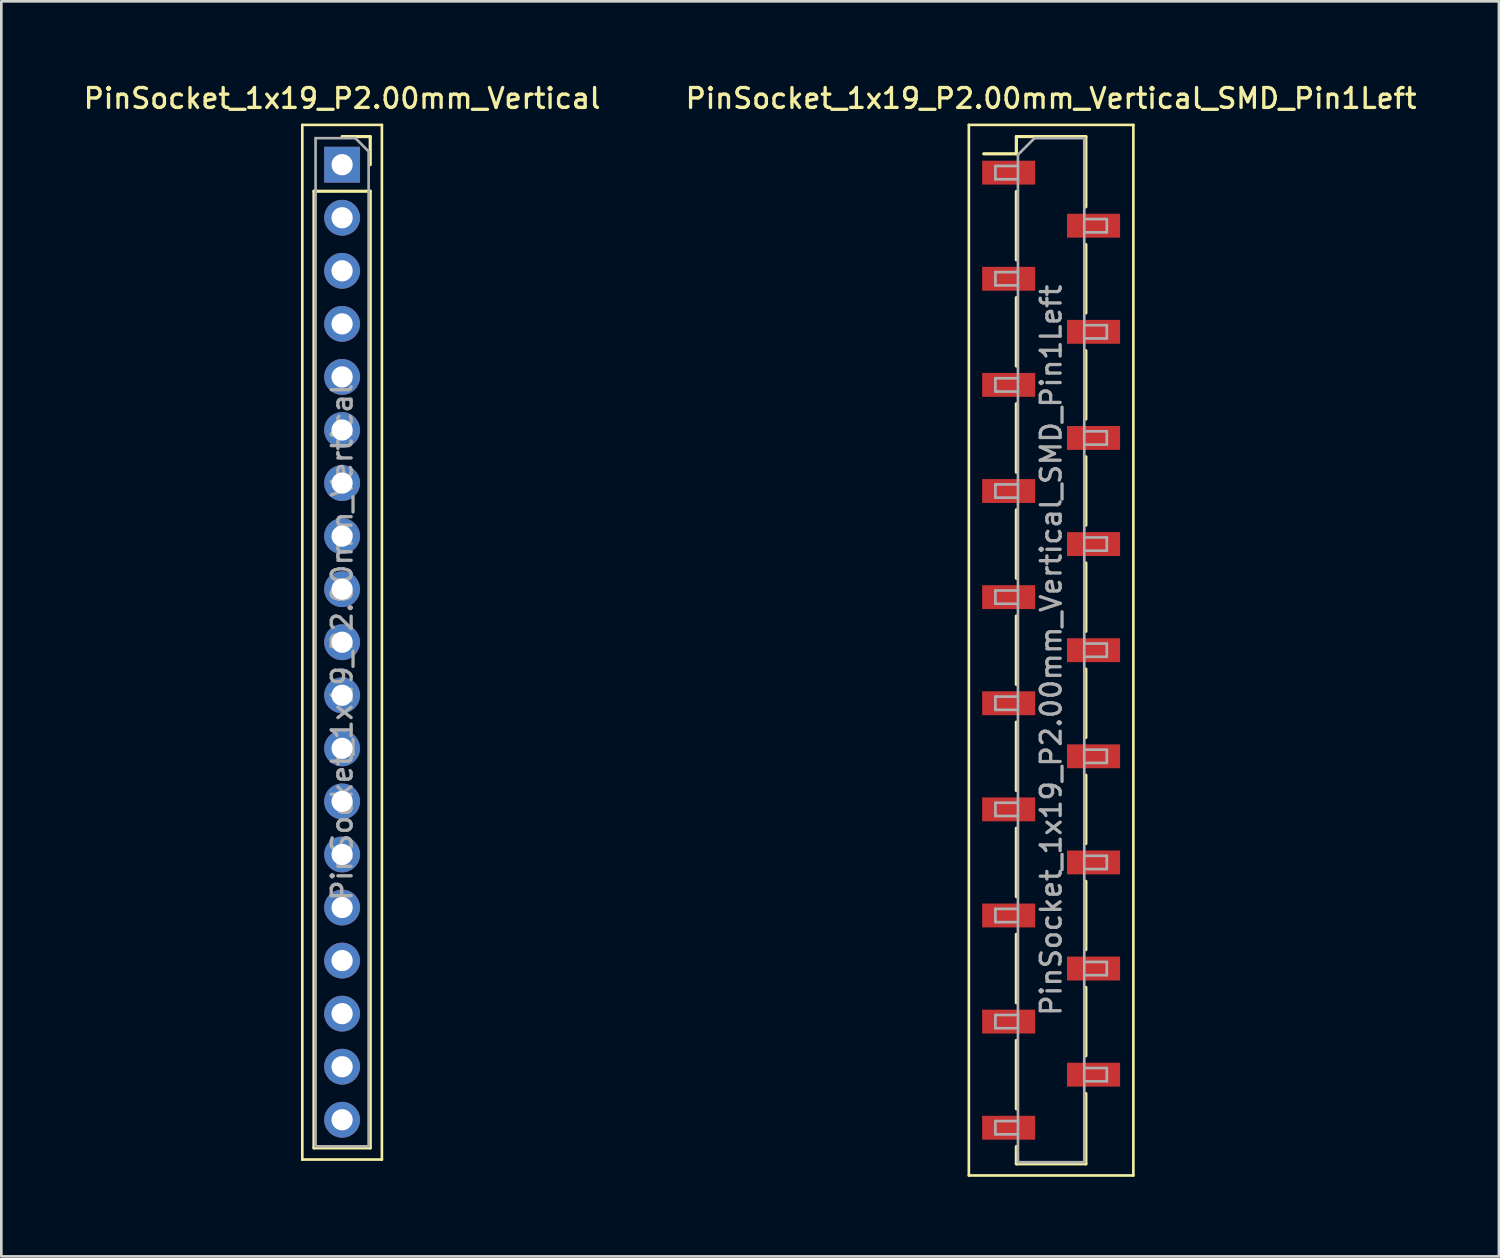
<source format=kicad_pcb>
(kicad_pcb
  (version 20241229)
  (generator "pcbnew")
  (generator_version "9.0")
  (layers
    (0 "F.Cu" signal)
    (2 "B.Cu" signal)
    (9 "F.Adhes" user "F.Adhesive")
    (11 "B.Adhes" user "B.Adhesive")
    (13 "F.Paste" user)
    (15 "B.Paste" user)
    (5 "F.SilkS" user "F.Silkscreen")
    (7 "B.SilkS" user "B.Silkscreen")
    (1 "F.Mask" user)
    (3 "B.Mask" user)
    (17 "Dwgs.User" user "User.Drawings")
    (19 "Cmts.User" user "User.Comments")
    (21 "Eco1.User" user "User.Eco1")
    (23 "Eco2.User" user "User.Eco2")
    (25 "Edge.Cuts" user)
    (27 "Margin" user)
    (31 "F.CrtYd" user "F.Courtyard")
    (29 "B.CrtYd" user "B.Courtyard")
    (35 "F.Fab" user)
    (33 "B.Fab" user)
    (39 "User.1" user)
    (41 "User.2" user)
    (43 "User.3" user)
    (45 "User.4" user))
  (footprint "PinSocket_1x19_P2.00mm_Vertical"
    (layer "F.Cu")
    (at 9.845 3.158)
    (property "Reference" "PinSocket_1x19_P2.00mm_Vertical" (at 0 -2.5 0) (layer "F.SilkS") (effects (font (size 0.75 0.75) (thickness 0.125))))
    (attr through_hole)
    (fp_line (start -1.5 -1.5) (end 1.5 -1.5) (stroke (width 0.1) (type solid)) (layer "F.SilkS"))
    (fp_line (start -1.5 37.5) (end -1.5 -1.5) (stroke (width 0.1) (type solid)) (layer "F.SilkS"))
    (fp_line (start -1.06 1) (end -1.06 37.06) (stroke (width 0.12) (type solid)) (layer "F.SilkS"))
    (fp_line (start -1.06 1) (end 1.06 1) (stroke (width 0.12) (type solid)) (layer "F.SilkS"))
    (fp_line (start -1.06 37.06) (end 1.06 37.06) (stroke (width 0.12) (type solid)) (layer "F.SilkS"))
    (fp_line (start 0 -1.06) (end 1.06 -1.06) (stroke (width 0.12) (type solid)) (layer "F.SilkS"))
    (fp_line (start 1.06 -1.06) (end 1.06 0) (stroke (width 0.12) (type solid)) (layer "F.SilkS"))
    (fp_line (start 1.06 1) (end 1.06 37.06) (stroke (width 0.12) (type solid)) (layer "F.SilkS"))
    (fp_line (start 1.5 -1.5) (end 1.5 37.5) (stroke (width 0.1) (type solid)) (layer "F.SilkS"))
    (fp_line (start 1.5 37.5) (end -1.5 37.5) (stroke (width 0.1) (type solid)) (layer "F.SilkS"))
    (fp_line (start -1 -1) (end 0.5 -1) (stroke (width 0.1) (type solid)) (layer "F.Fab"))
    (fp_line (start -1 37) (end -1 -1) (stroke (width 0.1) (type solid)) (layer "F.Fab"))
    (fp_line (start 0.5 -1) (end 1 -0.5) (stroke (width 0.1) (type solid)) (layer "F.Fab"))
    (fp_line (start 1 -0.5) (end 1 37) (stroke (width 0.1) (type solid)) (layer "F.Fab"))
    (fp_line (start 1 37) (end -1 37) (stroke (width 0.1) (type solid)) (layer "F.Fab"))
    (fp_text user "${REFERENCE}" (at 0 18 90) (layer "F.Fab") (effects (font (size 0.75 0.75) (thickness 0.125))))
    (pad "1" thru_hole rect (at 0 0) (size 1.35 1.35) (drill 0.8) (layers "*.Cu" "*.Mask"))
    (pad "2" thru_hole oval (at 0 2) (size 1.35 1.35) (drill 0.8) (layers "*.Cu" "*.Mask"))
    (pad "3" thru_hole oval (at 0 4) (size 1.35 1.35) (drill 0.8) (layers "*.Cu" "*.Mask"))
    (pad "4" thru_hole oval (at 0 6) (size 1.35 1.35) (drill 0.8) (layers "*.Cu" "*.Mask"))
    (pad "5" thru_hole oval (at 0 8) (size 1.35 1.35) (drill 0.8) (layers "*.Cu" "*.Mask"))
    (pad "6" thru_hole oval (at 0 10) (size 1.35 1.35) (drill 0.8) (layers "*.Cu" "*.Mask"))
    (pad "7" thru_hole oval (at 0 12) (size 1.35 1.35) (drill 0.8) (layers "*.Cu" "*.Mask"))
    (pad "8" thru_hole oval (at 0 14) (size 1.35 1.35) (drill 0.8) (layers "*.Cu" "*.Mask"))
    (pad "9" thru_hole oval (at 0 16) (size 1.35 1.35) (drill 0.8) (layers "*.Cu" "*.Mask"))
    (pad "10" thru_hole oval (at 0 18) (size 1.35 1.35) (drill 0.8) (layers "*.Cu" "*.Mask"))
    (pad "11" thru_hole oval (at 0 20) (size 1.35 1.35) (drill 0.8) (layers "*.Cu" "*.Mask"))
    (pad "12" thru_hole oval (at 0 22) (size 1.35 1.35) (drill 0.8) (layers "*.Cu" "*.Mask"))
    (pad "13" thru_hole oval (at 0 24) (size 1.35 1.35) (drill 0.8) (layers "*.Cu" "*.Mask"))
    (pad "14" thru_hole oval (at 0 26) (size 1.35 1.35) (drill 0.8) (layers "*.Cu" "*.Mask"))
    (pad "15" thru_hole oval (at 0 28) (size 1.35 1.35) (drill 0.8) (layers "*.Cu" "*.Mask"))
    (pad "16" thru_hole oval (at 0 30) (size 1.35 1.35) (drill 0.8) (layers "*.Cu" "*.Mask"))
    (pad "17" thru_hole oval (at 0 32) (size 1.35 1.35) (drill 0.8) (layers "*.Cu" "*.Mask"))
    (pad "18" thru_hole oval (at 0 34) (size 1.35 1.35) (drill 0.8) (layers "*.Cu" "*.Mask"))
    (pad "19" thru_hole oval (at 0 36) (size 1.35 1.35) (drill 0.8) (layers "*.Cu" "*.Mask")))
  (footprint "PinSocket_1x19_P2.00mm_Vertical_SMD_Pin1Left"
    (layer "F.Cu")
    (at 36.57 21.458)
    (property "Reference" "PinSocket_1x19_P2.00mm_Vertical_SMD_Pin1Left" (at 0 -20.8 0) (layer "F.SilkS") (effects (font (size 0.75 0.75) (thickness 0.125))))
    (attr smd)
    (fp_line (start -3.1 -19.8) (end 3.1 -19.8) (stroke (width 0.1) (type solid)) (layer "F.SilkS"))
    (fp_line (start -3.1 19.8) (end -3.1 -19.8) (stroke (width 0.1) (type solid)) (layer "F.SilkS"))
    (fp_line (start -2.54 -18.71) (end -1.31 -18.71) (stroke (width 0.12) (type solid)) (layer "F.SilkS"))
    (fp_line (start -1.31 -19.36) (end -1.31 -18.71) (stroke (width 0.12) (type solid)) (layer "F.SilkS"))
    (fp_line (start -1.31 -19.36) (end 1.31 -19.36) (stroke (width 0.12) (type solid)) (layer "F.SilkS"))
    (fp_line (start -1.31 -17.29) (end -1.31 -14.71) (stroke (width 0.12) (type solid)) (layer "F.SilkS"))
    (fp_line (start -1.31 -13.29) (end -1.31 -10.71) (stroke (width 0.12) (type solid)) (layer "F.SilkS"))
    (fp_line (start -1.31 -9.29) (end -1.31 -6.71) (stroke (width 0.12) (type solid)) (layer "F.SilkS"))
    (fp_line (start -1.31 -5.29) (end -1.31 -2.71) (stroke (width 0.12) (type solid)) (layer "F.SilkS"))
    (fp_line (start -1.31 -1.29) (end -1.31 1.29) (stroke (width 0.12) (type solid)) (layer "F.SilkS"))
    (fp_line (start -1.31 2.71) (end -1.31 5.29) (stroke (width 0.12) (type solid)) (layer "F.SilkS"))
    (fp_line (start -1.31 6.71) (end -1.31 9.29) (stroke (width 0.12) (type solid)) (layer "F.SilkS"))
    (fp_line (start -1.31 10.71) (end -1.31 13.29) (stroke (width 0.12) (type solid)) (layer "F.SilkS"))
    (fp_line (start -1.31 14.71) (end -1.31 17.29) (stroke (width 0.12) (type solid)) (layer "F.SilkS"))
    (fp_line (start -1.31 18.71) (end -1.31 19.36) (stroke (width 0.12) (type solid)) (layer "F.SilkS"))
    (fp_line (start -1.31 19.36) (end 1.31 19.36) (stroke (width 0.12) (type solid)) (layer "F.SilkS"))
    (fp_line (start 1.31 -19.36) (end 1.31 -16.71) (stroke (width 0.12) (type solid)) (layer "F.SilkS"))
    (fp_line (start 1.31 -15.29) (end 1.31 -12.71) (stroke (width 0.12) (type solid)) (layer "F.SilkS"))
    (fp_line (start 1.31 -11.29) (end 1.31 -8.71) (stroke (width 0.12) (type solid)) (layer "F.SilkS"))
    (fp_line (start 1.31 -7.29) (end 1.31 -4.71) (stroke (width 0.12) (type solid)) (layer "F.SilkS"))
    (fp_line (start 1.31 -3.29) (end 1.31 -0.71) (stroke (width 0.12) (type solid)) (layer "F.SilkS"))
    (fp_line (start 1.31 0.71) (end 1.31 3.29) (stroke (width 0.12) (type solid)) (layer "F.SilkS"))
    (fp_line (start 1.31 4.71) (end 1.31 7.29) (stroke (width 0.12) (type solid)) (layer "F.SilkS"))
    (fp_line (start 1.31 8.71) (end 1.31 11.29) (stroke (width 0.12) (type solid)) (layer "F.SilkS"))
    (fp_line (start 1.31 12.71) (end 1.31 15.29) (stroke (width 0.12) (type solid)) (layer "F.SilkS"))
    (fp_line (start 1.31 16.71) (end 1.31 19.36) (stroke (width 0.12) (type solid)) (layer "F.SilkS"))
    (fp_line (start 3.1 -19.8) (end 3.1 19.8) (stroke (width 0.1) (type solid)) (layer "F.SilkS"))
    (fp_line (start 3.1 19.8) (end -3.1 19.8) (stroke (width 0.1) (type solid)) (layer "F.SilkS"))
    (fp_line (start -2.1 -18.25) (end -1.25 -18.25) (stroke (width 0.1) (type solid)) (layer "F.Fab"))
    (fp_line (start -2.1 -17.75) (end -2.1 -18.25) (stroke (width 0.1) (type solid)) (layer "F.Fab"))
    (fp_line (start -2.1 -14.25) (end -1.25 -14.25) (stroke (width 0.1) (type solid)) (layer "F.Fab"))
    (fp_line (start -2.1 -13.75) (end -2.1 -14.25) (stroke (width 0.1) (type solid)) (layer "F.Fab"))
    (fp_line (start -2.1 -10.25) (end -1.25 -10.25) (stroke (width 0.1) (type solid)) (layer "F.Fab"))
    (fp_line (start -2.1 -9.75) (end -2.1 -10.25) (stroke (width 0.1) (type solid)) (layer "F.Fab"))
    (fp_line (start -2.1 -6.25) (end -1.25 -6.25) (stroke (width 0.1) (type solid)) (layer "F.Fab"))
    (fp_line (start -2.1 -5.75) (end -2.1 -6.25) (stroke (width 0.1) (type solid)) (layer "F.Fab"))
    (fp_line (start -2.1 -2.25) (end -1.25 -2.25) (stroke (width 0.1) (type solid)) (layer "F.Fab"))
    (fp_line (start -2.1 -1.75) (end -2.1 -2.25) (stroke (width 0.1) (type solid)) (layer "F.Fab"))
    (fp_line (start -2.1 1.75) (end -1.25 1.75) (stroke (width 0.1) (type solid)) (layer "F.Fab"))
    (fp_line (start -2.1 2.25) (end -2.1 1.75) (stroke (width 0.1) (type solid)) (layer "F.Fab"))
    (fp_line (start -2.1 5.75) (end -1.25 5.75) (stroke (width 0.1) (type solid)) (layer "F.Fab"))
    (fp_line (start -2.1 6.25) (end -2.1 5.75) (stroke (width 0.1) (type solid)) (layer "F.Fab"))
    (fp_line (start -2.1 9.75) (end -1.25 9.75) (stroke (width 0.1) (type solid)) (layer "F.Fab"))
    (fp_line (start -2.1 10.25) (end -2.1 9.75) (stroke (width 0.1) (type solid)) (layer "F.Fab"))
    (fp_line (start -2.1 13.75) (end -1.25 13.75) (stroke (width 0.1) (type solid)) (layer "F.Fab"))
    (fp_line (start -2.1 14.25) (end -2.1 13.75) (stroke (width 0.1) (type solid)) (layer "F.Fab"))
    (fp_line (start -2.1 17.75) (end -1.25 17.75) (stroke (width 0.1) (type solid)) (layer "F.Fab"))
    (fp_line (start -2.1 18.25) (end -2.1 17.75) (stroke (width 0.1) (type solid)) (layer "F.Fab"))
    (fp_line (start -1.25 -18.675) (end -0.625 -19.3) (stroke (width 0.1) (type solid)) (layer "F.Fab"))
    (fp_line (start -1.25 -17.75) (end -2.1 -17.75) (stroke (width 0.1) (type solid)) (layer "F.Fab"))
    (fp_line (start -1.25 -13.75) (end -2.1 -13.75) (stroke (width 0.1) (type solid)) (layer "F.Fab"))
    (fp_line (start -1.25 -9.75) (end -2.1 -9.75) (stroke (width 0.1) (type solid)) (layer "F.Fab"))
    (fp_line (start -1.25 -5.75) (end -2.1 -5.75) (stroke (width 0.1) (type solid)) (layer "F.Fab"))
    (fp_line (start -1.25 -1.75) (end -2.1 -1.75) (stroke (width 0.1) (type solid)) (layer "F.Fab"))
    (fp_line (start -1.25 2.25) (end -2.1 2.25) (stroke (width 0.1) (type solid)) (layer "F.Fab"))
    (fp_line (start -1.25 6.25) (end -2.1 6.25) (stroke (width 0.1) (type solid)) (layer "F.Fab"))
    (fp_line (start -1.25 10.25) (end -2.1 10.25) (stroke (width 0.1) (type solid)) (layer "F.Fab"))
    (fp_line (start -1.25 14.25) (end -2.1 14.25) (stroke (width 0.1) (type solid)) (layer "F.Fab"))
    (fp_line (start -1.25 18.25) (end -2.1 18.25) (stroke (width 0.1) (type solid)) (layer "F.Fab"))
    (fp_line (start -1.25 19.3) (end -1.25 -18.675) (stroke (width 0.1) (type solid)) (layer "F.Fab"))
    (fp_line (start -0.625 -19.3) (end 1.25 -19.3) (stroke (width 0.1) (type solid)) (layer "F.Fab"))
    (fp_line (start 1.25 -19.3) (end 1.25 19.3) (stroke (width 0.1) (type solid)) (layer "F.Fab"))
    (fp_line (start 1.25 -16.25) (end 2.1 -16.25) (stroke (width 0.1) (type solid)) (layer "F.Fab"))
    (fp_line (start 1.25 -12.25) (end 2.1 -12.25) (stroke (width 0.1) (type solid)) (layer "F.Fab"))
    (fp_line (start 1.25 -8.25) (end 2.1 -8.25) (stroke (width 0.1) (type solid)) (layer "F.Fab"))
    (fp_line (start 1.25 -4.25) (end 2.1 -4.25) (stroke (width 0.1) (type solid)) (layer "F.Fab"))
    (fp_line (start 1.25 -0.25) (end 2.1 -0.25) (stroke (width 0.1) (type solid)) (layer "F.Fab"))
    (fp_line (start 1.25 3.75) (end 2.1 3.75) (stroke (width 0.1) (type solid)) (layer "F.Fab"))
    (fp_line (start 1.25 7.75) (end 2.1 7.75) (stroke (width 0.1) (type solid)) (layer "F.Fab"))
    (fp_line (start 1.25 11.75) (end 2.1 11.75) (stroke (width 0.1) (type solid)) (layer "F.Fab"))
    (fp_line (start 1.25 15.75) (end 2.1 15.75) (stroke (width 0.1) (type solid)) (layer "F.Fab"))
    (fp_line (start 1.25 19.3) (end -1.25 19.3) (stroke (width 0.1) (type solid)) (layer "F.Fab"))
    (fp_line (start 2.1 -16.25) (end 2.1 -15.75) (stroke (width 0.1) (type solid)) (layer "F.Fab"))
    (fp_line (start 2.1 -15.75) (end 1.25 -15.75) (stroke (width 0.1) (type solid)) (layer "F.Fab"))
    (fp_line (start 2.1 -12.25) (end 2.1 -11.75) (stroke (width 0.1) (type solid)) (layer "F.Fab"))
    (fp_line (start 2.1 -11.75) (end 1.25 -11.75) (stroke (width 0.1) (type solid)) (layer "F.Fab"))
    (fp_line (start 2.1 -8.25) (end 2.1 -7.75) (stroke (width 0.1) (type solid)) (layer "F.Fab"))
    (fp_line (start 2.1 -7.75) (end 1.25 -7.75) (stroke (width 0.1) (type solid)) (layer "F.Fab"))
    (fp_line (start 2.1 -4.25) (end 2.1 -3.75) (stroke (width 0.1) (type solid)) (layer "F.Fab"))
    (fp_line (start 2.1 -3.75) (end 1.25 -3.75) (stroke (width 0.1) (type solid)) (layer "F.Fab"))
    (fp_line (start 2.1 -0.25) (end 2.1 0.25) (stroke (width 0.1) (type solid)) (layer "F.Fab"))
    (fp_line (start 2.1 0.25) (end 1.25 0.25) (stroke (width 0.1) (type solid)) (layer "F.Fab"))
    (fp_line (start 2.1 3.75) (end 2.1 4.25) (stroke (width 0.1) (type solid)) (layer "F.Fab"))
    (fp_line (start 2.1 4.25) (end 1.25 4.25) (stroke (width 0.1) (type solid)) (layer "F.Fab"))
    (fp_line (start 2.1 7.75) (end 2.1 8.25) (stroke (width 0.1) (type solid)) (layer "F.Fab"))
    (fp_line (start 2.1 8.25) (end 1.25 8.25) (stroke (width 0.1) (type solid)) (layer "F.Fab"))
    (fp_line (start 2.1 11.75) (end 2.1 12.25) (stroke (width 0.1) (type solid)) (layer "F.Fab"))
    (fp_line (start 2.1 12.25) (end 1.25 12.25) (stroke (width 0.1) (type solid)) (layer "F.Fab"))
    (fp_line (start 2.1 15.75) (end 2.1 16.25) (stroke (width 0.1) (type solid)) (layer "F.Fab"))
    (fp_line (start 2.1 16.25) (end 1.25 16.25) (stroke (width 0.1) (type solid)) (layer "F.Fab"))
    (fp_text user "${REFERENCE}" (at 0 0 90) (layer "F.Fab") (effects (font (size 0.75 0.75) (thickness 0.125))))
    (pad "1" smd rect (at -1.6 -18) (size 2 0.9) (layers "F.Cu" "F.Mask" "F.Paste"))
    (pad "2" smd rect (at 1.6 -16) (size 2 0.9) (layers "F.Cu" "F.Mask" "F.Paste"))
    (pad "3" smd rect (at -1.6 -14) (size 2 0.9) (layers "F.Cu" "F.Mask" "F.Paste"))
    (pad "4" smd rect (at 1.6 -12) (size 2 0.9) (layers "F.Cu" "F.Mask" "F.Paste"))
    (pad "5" smd rect (at -1.6 -10) (size 2 0.9) (layers "F.Cu" "F.Mask" "F.Paste"))
    (pad "6" smd rect (at 1.6 -8) (size 2 0.9) (layers "F.Cu" "F.Mask" "F.Paste"))
    (pad "7" smd rect (at -1.6 -6) (size 2 0.9) (layers "F.Cu" "F.Mask" "F.Paste"))
    (pad "8" smd rect (at 1.6 -4) (size 2 0.9) (layers "F.Cu" "F.Mask" "F.Paste"))
    (pad "9" smd rect (at -1.6 -2) (size 2 0.9) (layers "F.Cu" "F.Mask" "F.Paste"))
    (pad "10" smd rect (at 1.6 0) (size 2 0.9) (layers "F.Cu" "F.Mask" "F.Paste"))
    (pad "11" smd rect (at -1.6 2) (size 2 0.9) (layers "F.Cu" "F.Mask" "F.Paste"))
    (pad "12" smd rect (at 1.6 4) (size 2 0.9) (layers "F.Cu" "F.Mask" "F.Paste"))
    (pad "13" smd rect (at -1.6 6) (size 2 0.9) (layers "F.Cu" "F.Mask" "F.Paste"))
    (pad "14" smd rect (at 1.6 8) (size 2 0.9) (layers "F.Cu" "F.Mask" "F.Paste"))
    (pad "15" smd rect (at -1.6 10) (size 2 0.9) (layers "F.Cu" "F.Mask" "F.Paste"))
    (pad "16" smd rect (at 1.6 12) (size 2 0.9) (layers "F.Cu" "F.Mask" "F.Paste"))
    (pad "17" smd rect (at -1.6 14) (size 2 0.9) (layers "F.Cu" "F.Mask" "F.Paste"))
    (pad "18" smd rect (at 1.6 16) (size 2 0.9) (layers "F.Cu" "F.Mask" "F.Paste"))
    (pad "19" smd rect (at -1.6 18) (size 2 0.9) (layers "F.Cu" "F.Mask" "F.Paste")))
  (gr_rect
    (start -3 -3)
    (end 53.45 44.308)
    (stroke (width 0.1) (type default))
    (fill no)
    (layer "Edge.Cuts")))
</source>
